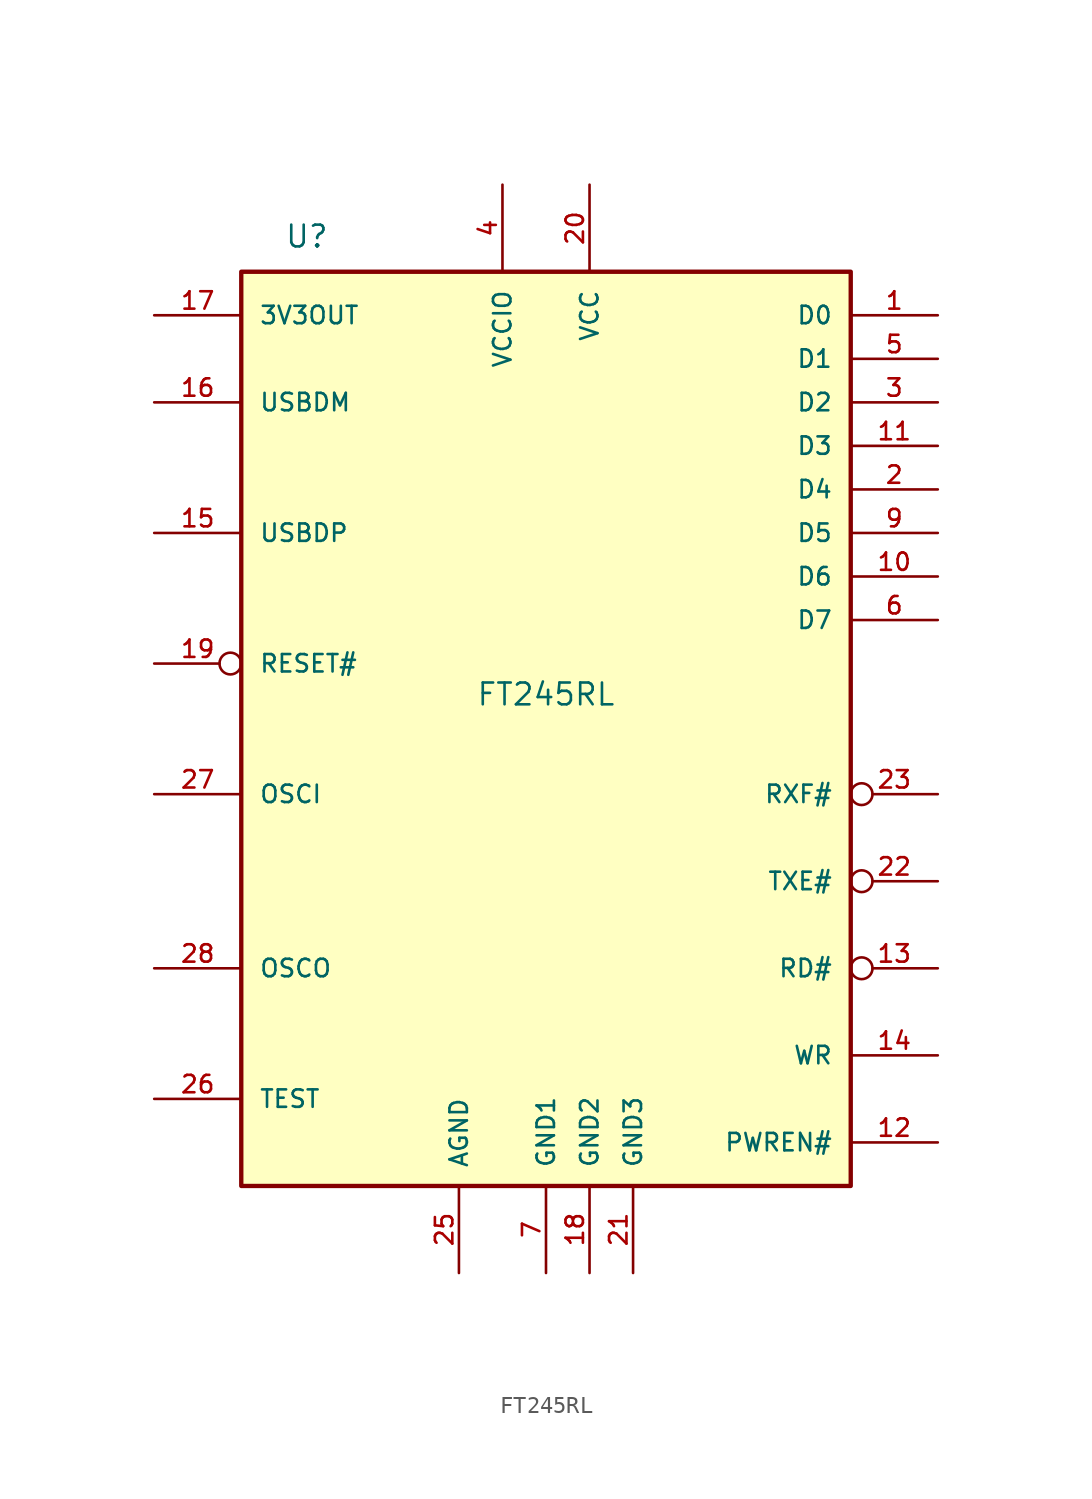
<source format=kicad_sym>
(kicad_symbol_lib
  (version 20211014)
  (generator kicad_symbol_editor)
  (symbol "FT245RL"
    (pin_names
      (offset 1.016))
    (property "Reference" "U"
      (at -15.266 26.716 0)
      (effects (font (size 1.27 1.27)) (justify bottom left)))
    (property "Value" "FT245RL"
      (at 0 0.0 0)
      (effects (font (size 1.27 1.27)) (justify bottom)))
    (symbol "FT245RL_0_0"
      (rectangle (start -17.78 -27.94) (end 17.78 25.4) (stroke (width 0.254)) (fill (type background)))
      (pin output line (at -22.86 22.86 0) (length 5.08) (name "3V3OUT" (effects (font (size 1.016 1.016)))) (number "17" (effects (font (size 1.016 1.016)))))
      (pin bidirectional line (at -22.86 17.78 0) (length 5.08) (name "USBDM" (effects (font (size 1.016 1.016)))) (number "16" (effects (font (size 1.016 1.016)))))
      (pin bidirectional line (at -22.86 10.16 0) (length 5.08) (name "USBDP" (effects (font (size 1.016 1.016)))) (number "15" (effects (font (size 1.016 1.016)))))
      (pin input inverted (at -22.86 2.54 0) (length 5.08) (name "RESET#" (effects (font (size 1.016 1.016)))) (number "19" (effects (font (size 1.016 1.016)))))
      (pin input line (at -22.86 -5.08 0) (length 5.08) (name "OSCI" (effects (font (size 1.016 1.016)))) (number "27" (effects (font (size 1.016 1.016)))))
      (pin output line (at -22.86 -15.24 0) (length 5.08) (name "OSCO" (effects (font (size 1.016 1.016)))) (number "28" (effects (font (size 1.016 1.016)))))
      (pin power_in line (at 0.0 -33.02 90.0) (length 5.08) (name "GND1" (effects (font (size 1.016 1.016)))) (number "7" (effects (font (size 1.016 1.016)))))
      (pin power_in line (at 2.54 -33.02 90.0) (length 5.08) (name "GND2" (effects (font (size 1.016 1.016)))) (number "18" (effects (font (size 1.016 1.016)))))
      (pin power_in line (at 5.08 -33.02 90.0) (length 5.08) (name "GND3" (effects (font (size 1.016 1.016)))) (number "21" (effects (font (size 1.016 1.016)))))
      (pin output line (at 22.86 22.86 180.0) (length 5.08) (name "D0" (effects (font (size 1.016 1.016)))) (number "1" (effects (font (size 1.016 1.016)))))
      (pin input line (at 22.86 20.32 180.0) (length 5.08) (name "D1" (effects (font (size 1.016 1.016)))) (number "5" (effects (font (size 1.016 1.016)))))
      (pin output line (at 22.86 17.78 180.0) (length 5.08) (name "D2" (effects (font (size 1.016 1.016)))) (number "3" (effects (font (size 1.016 1.016)))))
      (pin input line (at 22.86 15.24 180.0) (length 5.08) (name "D3" (effects (font (size 1.016 1.016)))) (number "11" (effects (font (size 1.016 1.016)))))
      (pin output line (at 22.86 12.7 180.0) (length 5.08) (name "D4" (effects (font (size 1.016 1.016)))) (number "2" (effects (font (size 1.016 1.016)))))
      (pin input line (at 22.86 10.16 180.0) (length 5.08) (name "D5" (effects (font (size 1.016 1.016)))) (number "9" (effects (font (size 1.016 1.016)))))
      (pin input line (at 22.86 7.62 180.0) (length 5.08) (name "D6" (effects (font (size 1.016 1.016)))) (number "10" (effects (font (size 1.016 1.016)))))
      (pin input line (at 22.86 5.08 180.0) (length 5.08) (name "D7" (effects (font (size 1.016 1.016)))) (number "6" (effects (font (size 1.016 1.016)))))
      (pin bidirectional inverted (at 22.86 -5.08 180.0) (length 5.08) (name "RXF#" (effects (font (size 1.016 1.016)))) (number "23" (effects (font (size 1.016 1.016)))))
      (pin bidirectional inverted (at 22.86 -10.16 180.0) (length 5.08) (name "TXE#" (effects (font (size 1.016 1.016)))) (number "22" (effects (font (size 1.016 1.016)))))
      (pin bidirectional inverted (at 22.86 -15.24 180.0) (length 5.08) (name "RD#" (effects (font (size 1.016 1.016)))) (number "13" (effects (font (size 1.016 1.016)))))
      (pin bidirectional line (at 22.86 -20.32 180.0) (length 5.08) (name "WR" (effects (font (size 1.016 1.016)))) (number "14" (effects (font (size 1.016 1.016)))))
      (pin bidirectional line (at 22.86 -25.4 180.0) (length 5.08) (name "PWREN#" (effects (font (size 1.016 1.016)))) (number "12" (effects (font (size 1.016 1.016)))))
      (pin power_in line (at -2.54 30.48 270.0) (length 5.08) (name "VCCIO" (effects (font (size 1.016 1.016)))) (number "4" (effects (font (size 1.016 1.016)))))
      (pin power_in line (at -5.08 -33.02 90.0) (length 5.08) (name "AGND" (effects (font (size 1.016 1.016)))) (number "25" (effects (font (size 1.016 1.016)))))
      (pin input line (at -22.86 -22.86 0) (length 5.08) (name "TEST" (effects (font (size 1.016 1.016)))) (number "26" (effects (font (size 1.016 1.016)))))
      (pin power_in line (at 2.54 30.48 270.0) (length 5.08) (name "VCC" (effects (font (size 1.016 1.016)))) (number "20" (effects (font (size 1.016 1.016))))))))
</source>
